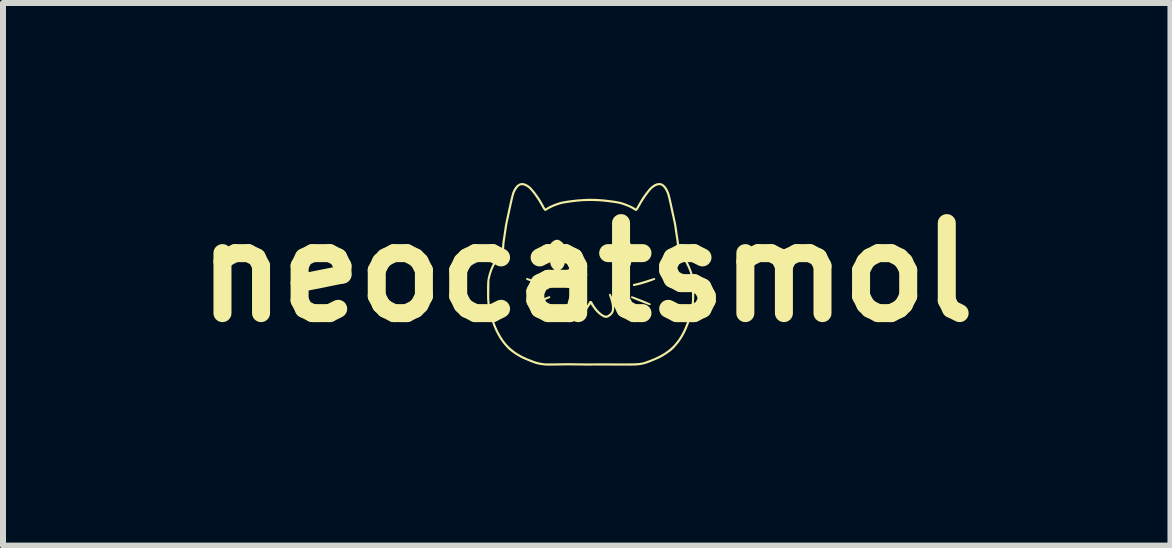
<source format=kicad_pcb>
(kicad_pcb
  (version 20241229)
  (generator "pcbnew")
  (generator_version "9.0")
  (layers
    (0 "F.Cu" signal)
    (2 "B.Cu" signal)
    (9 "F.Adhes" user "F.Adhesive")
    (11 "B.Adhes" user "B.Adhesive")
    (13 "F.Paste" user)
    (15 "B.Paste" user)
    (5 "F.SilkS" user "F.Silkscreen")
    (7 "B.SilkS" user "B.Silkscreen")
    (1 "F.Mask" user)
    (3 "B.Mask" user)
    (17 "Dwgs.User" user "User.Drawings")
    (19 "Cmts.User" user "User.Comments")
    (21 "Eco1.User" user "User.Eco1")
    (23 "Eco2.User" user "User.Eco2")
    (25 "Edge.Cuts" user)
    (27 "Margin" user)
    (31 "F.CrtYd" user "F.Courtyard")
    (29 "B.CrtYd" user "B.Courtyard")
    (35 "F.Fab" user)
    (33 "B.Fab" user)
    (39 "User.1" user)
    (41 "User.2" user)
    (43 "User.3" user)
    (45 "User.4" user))
  (footprint "neocatsmol"
    (layer "F.Cu")
    (at 6.729 1.49)
    (property "Reference" "neocatsmol" (at 0 0 0) (layer "F.SilkS") (effects (font (size 1.5 1.5) (thickness 0.3))))
    (attr board_only exclude_from_pos_files exclude_from_bom)
    (fp_poly (pts (xy -0.618 0.396) (xy -0.611 0.403) (xy -0.608 0.414) (xy -0.611 0.423) (xy -0.612 0.424) (xy -0.618 0.427) (xy -0.631 0.433) (xy -0.651 0.442) (xy -0.675 0.452) (xy -0.703 0.463) (xy -0.734 0.476) (xy -0.766 0.488) (xy -0.798 0.501) (xy -0.829 0.513) (xy -0.857 0.524) (xy -0.882 0.533) (xy -0.901 0.54) (xy -0.915 0.545) (xy -0.921 0.546) (xy -0.931 0.543) (xy -0.935 0.538) (xy -0.937 0.527) (xy -0.934 0.522) (xy -0.928 0.518) (xy -0.915 0.512) (xy -0.896 0.503) (xy -0.872 0.493) (xy -0.844 0.481) (xy -0.813 0.469) (xy -0.781 0.456) (xy -0.749 0.443) (xy -0.718 0.431) (xy -0.689 0.42) (xy -0.664 0.411) (xy -0.643 0.403) (xy -0.627 0.398) (xy -0.619 0.396)) (stroke (width 0) (type solid)) (fill yes) (layer "F.SilkS"))
    (fp_poly (pts (xy 0.754 0.397) (xy 0.767 0.402) (xy 0.787 0.408) (xy 0.811 0.417) (xy 0.839 0.428) (xy 0.87 0.44) (xy 0.902 0.452) (xy 0.934 0.465) (xy 0.965 0.478) (xy 0.994 0.49) (xy 1.019 0.5) (xy 1.04 0.51) (xy 1.055 0.517) (xy 1.063 0.521) (xy 1.064 0.522) (xy 1.066 0.532) (xy 1.062 0.541) (xy 1.053 0.546) (xy 1.05 0.546) (xy 1.043 0.544) (xy 1.029 0.54) (xy 1.008 0.532) (xy 0.982 0.523) (xy 0.952 0.511) (xy 0.919 0.498) (xy 0.894 0.488) (xy 0.859 0.474) (xy 0.827 0.461) (xy 0.798 0.449) (xy 0.774 0.439) (xy 0.756 0.431) (xy 0.745 0.426) (xy 0.741 0.424) (xy 0.738 0.415) (xy 0.74 0.404) (xy 0.747 0.397) (xy 0.748 0.396)) (stroke (width 0) (type solid)) (fill yes) (layer "F.SilkS"))
    (fp_poly (pts (xy 1.135 0.096) (xy 1.139 0.102) (xy 1.142 0.111) (xy 1.137 0.119) (xy 1.136 0.12) (xy 1.129 0.124) (xy 1.115 0.13) (xy 1.095 0.138) (xy 1.07 0.147) (xy 1.041 0.157) (xy 1.021 0.164) (xy 0.973 0.179) (xy 0.929 0.193) (xy 0.888 0.204) (xy 0.852 0.213) (xy 0.822 0.22) (xy 0.798 0.225) (xy 0.782 0.226) (xy 0.773 0.225) (xy 0.772 0.224) (xy 0.769 0.216) (xy 0.77 0.204) (xy 0.774 0.196) (xy 0.774 0.196) (xy 0.781 0.193) (xy 0.795 0.189) (xy 0.813 0.185) (xy 0.824 0.183) (xy 0.84 0.179) (xy 0.864 0.173) (xy 0.892 0.165) (xy 0.925 0.155) (xy 0.96 0.145) (xy 0.995 0.134) (xy 0.995 0.134) (xy 1.028 0.123) (xy 1.058 0.114) (xy 1.084 0.105) (xy 1.106 0.099) (xy 1.12 0.095) (xy 1.128 0.093) (xy 1.128 0.093)) (stroke (width 0) (type solid)) (fill yes) (layer "F.SilkS"))
    (fp_poly (pts (xy -0.993 0.094) (xy -0.98 0.098) (xy -0.96 0.104) (xy -0.935 0.112) (xy -0.905 0.121) (xy -0.873 0.131) (xy -0.866 0.134) (xy -0.831 0.145) (xy -0.796 0.155) (xy -0.763 0.165) (xy -0.734 0.173) (xy -0.711 0.179) (xy -0.695 0.183) (xy -0.694 0.183) (xy -0.675 0.187) (xy -0.658 0.191) (xy -0.647 0.194) (xy -0.644 0.196) (xy -0.64 0.204) (xy -0.64 0.213) (xy -0.645 0.222) (xy -0.656 0.226) (xy -0.674 0.224) (xy -0.682 0.222) (xy -0.697 0.219) (xy -0.716 0.215) (xy -0.727 0.212) (xy -0.745 0.208) (xy -0.769 0.201) (xy -0.797 0.193) (xy -0.828 0.184) (xy -0.86 0.174) (xy -0.892 0.163) (xy -0.922 0.153) (xy -0.95 0.143) (xy -0.973 0.135) (xy -0.992 0.128) (xy -1.003 0.122) (xy -1.006 0.12) (xy -1.012 0.113) (xy -1.011 0.104) (xy -1.01 0.102) (xy -1.003 0.095) (xy -0.999 0.093)) (stroke (width 0) (type solid)) (fill yes) (layer "F.SilkS"))
    (fp_poly (pts (xy -0.481 -0.544) (xy -0.47 -0.541) (xy -0.459 -0.536) (xy -0.444 -0.527) (xy -0.435 -0.521) (xy -0.41 -0.501) (xy -0.389 -0.48) (xy -0.37 -0.454) (xy -0.353 -0.421) (xy -0.344 -0.403) (xy -0.339 -0.389) (xy -0.337 -0.375) (xy -0.336 -0.358) (xy -0.337 -0.351) (xy -0.338 -0.316) (xy -0.342 -0.278) (xy -0.348 -0.239) (xy -0.355 -0.201) (xy -0.363 -0.165) (xy -0.371 -0.135) (xy -0.38 -0.112) (xy -0.382 -0.106) (xy -0.398 -0.081) (xy -0.419 -0.059) (xy -0.441 -0.042) (xy -0.451 -0.037) (xy -0.473 -0.03) (xy -0.496 -0.028) (xy -0.518 -0.031) (xy -0.53 -0.036) (xy -0.546 -0.048) (xy -0.563 -0.066) (xy -0.579 -0.085) (xy -0.592 -0.103) (xy -0.597 -0.113) (xy -0.602 -0.127) (xy -0.607 -0.147) (xy -0.61 -0.168) (xy -0.611 -0.172) (xy -0.613 -0.192) (xy -0.617 -0.21) (xy -0.62 -0.223) (xy -0.621 -0.225) (xy -0.623 -0.236) (xy -0.624 -0.254) (xy -0.623 -0.278) (xy -0.622 -0.304) (xy -0.621 -0.332) (xy -0.618 -0.36) (xy -0.615 -0.384) (xy -0.613 -0.393) (xy -0.61 -0.413) (xy -0.607 -0.433) (xy -0.607 -0.447) (xy -0.604 -0.469) (xy -0.596 -0.488) (xy -0.581 -0.505) (xy -0.558 -0.521) (xy -0.555 -0.523) (xy -0.537 -0.534) (xy -0.523 -0.54) (xy -0.511 -0.543) (xy -0.497 -0.544) (xy -0.495 -0.544)) (stroke (width 0) (type solid)) (fill yes) (layer "F.SilkS"))
    (fp_poly (pts (xy 0.639 -0.543) (xy 0.651 -0.541) (xy 0.664 -0.535) (xy 0.681 -0.525) (xy 0.684 -0.523) (xy 0.708 -0.507) (xy 0.724 -0.49) (xy 0.733 -0.472) (xy 0.736 -0.45) (xy 0.736 -0.447) (xy 0.737 -0.432) (xy 0.739 -0.412) (xy 0.743 -0.393) (xy 0.746 -0.37) (xy 0.749 -0.344) (xy 0.751 -0.316) (xy 0.753 -0.288) (xy 0.753 -0.263) (xy 0.753 -0.242) (xy 0.751 -0.228) (xy 0.75 -0.225) (xy 0.747 -0.213) (xy 0.744 -0.196) (xy 0.741 -0.177) (xy 0.74 -0.172) (xy 0.737 -0.151) (xy 0.733 -0.13) (xy 0.728 -0.115) (xy 0.727 -0.113) (xy 0.718 -0.098) (xy 0.705 -0.08) (xy 0.689 -0.062) (xy 0.673 -0.047) (xy 0.659 -0.036) (xy 0.657 -0.034) (xy 0.639 -0.029) (xy 0.617 -0.028) (xy 0.594 -0.032) (xy 0.58 -0.037) (xy 0.558 -0.051) (xy 0.536 -0.072) (xy 0.518 -0.096) (xy 0.512 -0.106) (xy 0.503 -0.128) (xy 0.495 -0.156) (xy 0.487 -0.19) (xy 0.479 -0.227) (xy 0.473 -0.266) (xy 0.469 -0.305) (xy 0.467 -0.341) (xy 0.466 -0.351) (xy 0.466 -0.37) (xy 0.468 -0.384) (xy 0.472 -0.398) (xy 0.479 -0.414) (xy 0.482 -0.421) (xy 0.5 -0.454) (xy 0.518 -0.48) (xy 0.54 -0.502) (xy 0.565 -0.521) (xy 0.582 -0.533) (xy 0.595 -0.539) (xy 0.605 -0.543) (xy 0.617 -0.544) (xy 0.624 -0.544)) (stroke (width 0) (type solid)) (fill yes) (layer "F.SilkS"))
    (fp_poly (pts (xy -0.25 0.357) (xy -0.244 0.361) (xy -0.242 0.367) (xy -0.242 0.376) (xy -0.246 0.391) (xy -0.253 0.412) (xy -0.254 0.417) (xy -0.273 0.476) (xy -0.285 0.529) (xy -0.291 0.575) (xy -0.29 0.614) (xy -0.287 0.635) (xy -0.282 0.65) (xy -0.276 0.662) (xy -0.265 0.675) (xy -0.254 0.686) (xy -0.231 0.706) (xy -0.211 0.717) (xy -0.19 0.721) (xy -0.169 0.717) (xy -0.144 0.705) (xy -0.134 0.698) (xy -0.102 0.675) (xy -0.07 0.645) (xy -0.038 0.61) (xy -0.009 0.573) (xy 0.016 0.535) (xy 0.03 0.51) (xy 0.038 0.494) (xy 0.044 0.484) (xy 0.05 0.479) (xy 0.057 0.477) (xy 0.065 0.477) (xy 0.074 0.477) (xy 0.081 0.479) (xy 0.086 0.485) (xy 0.092 0.496) (xy 0.1 0.51) (xy 0.121 0.547) (xy 0.148 0.585) (xy 0.178 0.622) (xy 0.21 0.655) (xy 0.243 0.684) (xy 0.263 0.698) (xy 0.29 0.713) (xy 0.312 0.72) (xy 0.333 0.72) (xy 0.353 0.711) (xy 0.375 0.694) (xy 0.384 0.686) (xy 0.399 0.671) (xy 0.408 0.658) (xy 0.414 0.645) (xy 0.417 0.635) (xy 0.421 0.6) (xy 0.419 0.558) (xy 0.411 0.509) (xy 0.396 0.454) (xy 0.384 0.417) (xy 0.376 0.394) (xy 0.372 0.379) (xy 0.371 0.368) (xy 0.373 0.362) (xy 0.378 0.357) (xy 0.38 0.357) (xy 0.388 0.355) (xy 0.396 0.36) (xy 0.404 0.371) (xy 0.413 0.391) (xy 0.421 0.413) (xy 0.438 0.47) (xy 0.45 0.521) (xy 0.456 0.565) (xy 0.457 0.604) (xy 0.453 0.637) (xy 0.443 0.667) (xy 0.427 0.693) (xy 0.406 0.716) (xy 0.405 0.717) (xy 0.379 0.737) (xy 0.354 0.75) (xy 0.33 0.757) (xy 0.314 0.758) (xy 0.287 0.751) (xy 0.257 0.736) (xy 0.225 0.715) (xy 0.192 0.688) (xy 0.16 0.657) (xy 0.146 0.64) (xy 0.131 0.623) (xy 0.116 0.602) (xy 0.1 0.58) (xy 0.085 0.56) (xy 0.074 0.542) (xy 0.067 0.531) (xy 0.064 0.528) (xy 0.062 0.531) (xy 0.055 0.543) (xy 0.044 0.561) (xy 0.029 0.581) (xy 0.013 0.603) (xy -0.002 0.624) (xy -0.016 0.64) (xy -0.047 0.673) (xy -0.079 0.702) (xy -0.111 0.726) (xy -0.142 0.744) (xy -0.171 0.755) (xy -0.186 0.758) (xy -0.202 0.758) (xy -0.219 0.753) (xy -0.23 0.748) (xy -0.248 0.737) (xy -0.266 0.724) (xy -0.275 0.717) (xy -0.297 0.694) (xy -0.313 0.669) (xy -0.323 0.639) (xy -0.328 0.606) (xy -0.327 0.567) (xy -0.321 0.523) (xy -0.309 0.473) (xy -0.292 0.416) (xy -0.291 0.413) (xy -0.281 0.386) (xy -0.273 0.368) (xy -0.265 0.358) (xy -0.257 0.355)) (stroke (width 0) (type solid)) (fill yes) (layer "F.SilkS"))
    (fp_poly (pts (xy 1.238 -1.486) (xy 1.245 -1.484) (xy 1.272 -1.471) (xy 1.298 -1.449) (xy 1.323 -1.42) (xy 1.345 -1.384) (xy 1.365 -1.342) (xy 1.368 -1.336) (xy 1.371 -1.327) (xy 1.375 -1.316) (xy 1.379 -1.302) (xy 1.384 -1.285) (xy 1.389 -1.264) (xy 1.395 -1.24) (xy 1.402 -1.21) (xy 1.41 -1.175) (xy 1.419 -1.134) (xy 1.429 -1.087) (xy 1.441 -1.033) (xy 1.454 -0.971) (xy 1.469 -0.901) (xy 1.482 -0.841) (xy 1.488 -0.811) (xy 1.494 -0.776) (xy 1.5 -0.74) (xy 1.504 -0.708) (xy 1.505 -0.707) (xy 1.509 -0.675) (xy 1.514 -0.638) (xy 1.52 -0.6) (xy 1.525 -0.567) (xy 1.526 -0.565) (xy 1.53 -0.534) (xy 1.535 -0.501) (xy 1.538 -0.469) (xy 1.54 -0.442) (xy 1.54 -0.438) (xy 1.543 -0.382) (xy 1.57 -0.354) (xy 1.59 -0.331) (xy 1.609 -0.304) (xy 1.63 -0.273) (xy 1.651 -0.236) (xy 1.673 -0.193) (xy 1.697 -0.142) (xy 1.717 -0.098) (xy 1.743 -0.033) (xy 1.765 0.032) (xy 1.78 0.095) (xy 1.787 0.139) (xy 1.788 0.153) (xy 1.789 0.176) (xy 1.79 0.204) (xy 1.791 0.237) (xy 1.792 0.274) (xy 1.792 0.312) (xy 1.792 0.327) (xy 1.791 0.385) (xy 1.79 0.437) (xy 1.788 0.482) (xy 1.784 0.525) (xy 1.779 0.565) (xy 1.771 0.605) (xy 1.762 0.647) (xy 1.75 0.693) (xy 1.735 0.744) (xy 1.73 0.763) (xy 1.697 0.861) (xy 1.661 0.951) (xy 1.62 1.034) (xy 1.575 1.11) (xy 1.525 1.18) (xy 1.469 1.245) (xy 1.456 1.259) (xy 1.436 1.279) (xy 1.417 1.297) (xy 1.396 1.314) (xy 1.372 1.331) (xy 1.343 1.352) (xy 1.333 1.358) (xy 1.301 1.379) (xy 1.272 1.397) (xy 1.243 1.414) (xy 1.213 1.429) (xy 1.181 1.444) (xy 1.144 1.46) (xy 1.101 1.478) (xy 1.083 1.485) (xy 1.044 1.501) (xy 1.012 1.513) (xy 0.985 1.522) (xy 0.96 1.529) (xy 0.937 1.535) (xy 0.913 1.54) (xy 0.887 1.544) (xy 0.882 1.545) (xy 0.87 1.546) (xy 0.858 1.548) (xy 0.845 1.549) (xy 0.83 1.55) (xy 0.814 1.551) (xy 0.794 1.552) (xy 0.771 1.552) (xy 0.744 1.553) (xy 0.712 1.553) (xy 0.674 1.553) (xy 0.63 1.553) (xy 0.58 1.553) (xy 0.521 1.553) (xy 0.455 1.553) (xy 0.405 1.553) (xy 0.356 1.552) (xy 0.303 1.552) (xy 0.249 1.552) (xy 0.196 1.552) (xy 0.146 1.552) (xy 0.101 1.552) (xy 0.067 1.553) (xy 0.024 1.553) (xy -0.023 1.553) (xy -0.072 1.552) (xy -0.118 1.552) (xy -0.161 1.551) (xy -0.192 1.551) (xy -0.225 1.55) (xy -0.266 1.55) (xy -0.311 1.55) (xy -0.359 1.55) (xy -0.408 1.551) (xy -0.456 1.551) (xy -0.484 1.552) (xy -0.524 1.552) (xy -0.562 1.553) (xy -0.597 1.553) (xy -0.628 1.553) (xy -0.652 1.553) (xy -0.67 1.553) (xy -0.68 1.553) (xy -0.681 1.553) (xy -0.714 1.549) (xy -0.748 1.545) (xy -0.78 1.54) (xy -0.809 1.534) (xy -0.833 1.529) (xy -0.84 1.527) (xy -0.859 1.521) (xy -0.884 1.512) (xy -0.914 1.501) (xy -0.947 1.488) (xy -0.981 1.474) (xy -1.015 1.46) (xy -1.046 1.447) (xy -1.072 1.435) (xy -1.081 1.431) (xy -1.1 1.421) (xy -1.125 1.407) (xy -1.152 1.391) (xy -1.181 1.373) (xy -1.204 1.358) (xy -1.235 1.337) (xy -1.26 1.318) (xy -1.282 1.301) (xy -1.301 1.284) (xy -1.321 1.265) (xy -1.327 1.259) (xy -1.384 1.195) (xy -1.435 1.125) (xy -1.481 1.05) (xy -1.523 0.969) (xy -1.56 0.88) (xy -1.593 0.784) (xy -1.6 0.763) (xy -1.616 0.709) (xy -1.628 0.662) (xy -1.639 0.619) (xy -1.647 0.578) (xy -1.653 0.538) (xy -1.657 0.497) (xy -1.66 0.452) (xy -1.661 0.415) (xy -1.625 0.415) (xy -1.624 0.441) (xy -1.624 0.462) (xy -1.623 0.481) (xy -1.621 0.498) (xy -1.62 0.514) (xy -1.617 0.53) (xy -1.616 0.539) (xy -1.603 0.611) (xy -1.584 0.688) (xy -1.562 0.766) (xy -1.536 0.843) (xy -1.507 0.916) (xy -1.476 0.983) (xy -1.472 0.99) (xy -1.429 1.068) (xy -1.383 1.137) (xy -1.333 1.199) (xy -1.278 1.255) (xy -1.218 1.304) (xy -1.181 1.331) (xy -1.141 1.356) (xy -1.103 1.378) (xy -1.064 1.399) (xy -1.022 1.418) (xy -0.974 1.439) (xy -0.968 1.441) (xy -0.922 1.459) (xy -0.884 1.474) (xy -0.849 1.486) (xy -0.818 1.495) (xy -0.787 1.502) (xy -0.755 1.508) (xy -0.72 1.513) (xy -0.692 1.516) (xy -0.684 1.516) (xy -0.667 1.516) (xy -0.643 1.516) (xy -0.613 1.516) (xy -0.578 1.516) (xy -0.54 1.516) (xy -0.498 1.515) (xy -0.477 1.515) (xy -0.431 1.514) (xy -0.384 1.514) (xy -0.338 1.513) (xy -0.294 1.513) (xy -0.254 1.513) (xy -0.22 1.514) (xy -0.194 1.514) (xy -0.19 1.514) (xy -0.163 1.515) (xy -0.128 1.515) (xy -0.088 1.515) (xy -0.045 1.516) (xy -0.000384 1.516) (xy 0.044 1.516) (xy 0.067 1.516) (xy 0.115 1.516) (xy 0.169 1.515) (xy 0.225 1.515) (xy 0.282 1.515) (xy 0.335 1.515) (xy 0.383 1.516) (xy 0.391 1.516) (xy 0.47 1.516) (xy 0.54 1.516) (xy 0.602 1.516) (xy 0.657 1.516) (xy 0.705 1.516) (xy 0.747 1.515) (xy 0.783 1.515) (xy 0.815 1.514) (xy 0.842 1.512) (xy 0.865 1.511) (xy 0.886 1.509) (xy 0.903 1.506) (xy 0.92 1.503) (xy 0.934 1.5) (xy 0.949 1.496) (xy 0.963 1.492) (xy 0.978 1.487) (xy 0.987 1.483) (xy 1.063 1.455) (xy 1.132 1.427) (xy 1.193 1.398) (xy 1.25 1.368) (xy 1.304 1.335) (xy 1.31 1.331) (xy 1.373 1.285) (xy 1.431 1.233) (xy 1.483 1.175) (xy 1.532 1.11) (xy 1.577 1.037) (xy 1.602 0.99) (xy 1.633 0.924) (xy 1.662 0.852) (xy 1.689 0.775) (xy 1.712 0.697) (xy 1.731 0.62) (xy 1.745 0.547) (xy 1.746 0.539) (xy 1.748 0.521) (xy 1.75 0.505) (xy 1.752 0.489) (xy 1.753 0.471) (xy 1.754 0.451) (xy 1.754 0.427) (xy 1.754 0.398) (xy 1.754 0.363) (xy 1.754 0.321) (xy 1.754 0.299) (xy 1.752 0.123) (xy 1.735 0.057) (xy 1.728 0.03) (xy 1.72 0.005) (xy 1.711 -0.02) (xy 1.701 -0.046) (xy 1.689 -0.075) (xy 1.673 -0.108) (xy 1.654 -0.148) (xy 1.644 -0.169) (xy 1.621 -0.213) (xy 1.6 -0.252) (xy 1.58 -0.284) (xy 1.561 -0.31) (xy 1.545 -0.329) (xy 1.532 -0.34) (xy 1.523 -0.343) (xy 1.519 -0.343) (xy 1.515 -0.346) (xy 1.513 -0.352) (xy 1.511 -0.362) (xy 1.509 -0.378) (xy 1.507 -0.4) (xy 1.505 -0.431) (xy 1.503 -0.459) (xy 1.499 -0.493) (xy 1.495 -0.529) (xy 1.49 -0.565) (xy 1.487 -0.583) (xy 1.481 -0.617) (xy 1.476 -0.654) (xy 1.47 -0.69) (xy 1.465 -0.723) (xy 1.463 -0.738) (xy 1.459 -0.768) (xy 1.454 -0.8) (xy 1.448 -0.831) (xy 1.443 -0.856) (xy 1.442 -0.859) (xy 1.437 -0.879) (xy 1.432 -0.905) (xy 1.425 -0.937) (xy 1.417 -0.971) (xy 1.41 -1.005) (xy 1.407 -1.019) (xy 1.394 -1.079) (xy 1.383 -1.131) (xy 1.373 -1.175) (xy 1.365 -1.212) (xy 1.357 -1.244) (xy 1.35 -1.271) (xy 1.344 -1.293) (xy 1.338 -1.312) (xy 1.332 -1.328) (xy 1.326 -1.342) (xy 1.322 -1.35) (xy 1.306 -1.379) (xy 1.289 -1.405) (xy 1.27 -1.426) (xy 1.253 -1.441) (xy 1.242 -1.448) (xy 1.216 -1.454) (xy 1.186 -1.452) (xy 1.156 -1.441) (xy 1.124 -1.423) (xy 1.091 -1.398) (xy 1.064 -1.37) (xy 1.041 -1.343) (xy 1.015 -1.309) (xy 0.987 -1.271) (xy 0.96 -1.23) (xy 0.933 -1.19) (xy 0.91 -1.151) (xy 0.893 -1.121) (xy 0.874 -1.087) (xy 0.858 -1.061) (xy 0.845 -1.042) (xy 0.834 -1.03) (xy 0.825 -1.024) (xy 0.82 -1.023) (xy 0.813 -1.026) (xy 0.801 -1.032) (xy 0.786 -1.042) (xy 0.782 -1.044) (xy 0.749 -1.064) (xy 0.71 -1.084) (xy 0.665 -1.103) (xy 0.619 -1.12) (xy 0.573 -1.135) (xy 0.549 -1.141) (xy 0.529 -1.146) (xy 0.501 -1.151) (xy 0.468 -1.156) (xy 0.43 -1.162) (xy 0.389 -1.167) (xy 0.348 -1.172) (xy 0.307 -1.177) (xy 0.269 -1.181) (xy 0.234 -1.184) (xy 0.225 -1.185) (xy 0.183 -1.187) (xy 0.136 -1.189) (xy 0.085 -1.19) (xy 0.032 -1.19) (xy -0.018 -1.189) (xy -0.065 -1.187) (xy -0.095 -1.185) (xy -0.128 -1.182) (xy -0.165 -1.179) (xy -0.205 -1.174) (xy -0.247 -1.169) (xy -0.287 -1.163) (xy -0.326 -1.158) (xy -0.361 -1.152) (xy -0.391 -1.147) (xy -0.414 -1.143) (xy -0.419 -1.141) (xy -0.465 -1.128) (xy -0.511 -1.112) (xy -0.557 -1.094) (xy -0.599 -1.074) (xy -0.636 -1.055) (xy -0.652 -1.044) (xy -0.667 -1.035) (xy -0.681 -1.027) (xy -0.69 -1.023) (xy -0.691 -1.023) (xy -0.699 -1.026) (xy -0.709 -1.034) (xy -0.721 -1.049) (xy -0.735 -1.071) (xy -0.752 -1.101) (xy -0.763 -1.121) (xy -0.784 -1.157) (xy -0.808 -1.197) (xy -0.835 -1.237) (xy -0.862 -1.277) (xy -0.89 -1.315) (xy -0.916 -1.348) (xy -0.935 -1.37) (xy -0.966 -1.402) (xy -0.999 -1.426) (xy -1.03 -1.443) (xy -1.061 -1.452) (xy -1.09 -1.453) (xy -1.113 -1.448) (xy -1.129 -1.437) (xy -1.147 -1.42) (xy -1.165 -1.396) (xy -1.182 -1.369) (xy -1.193 -1.35) (xy -1.199 -1.336) (xy -1.205 -1.322) (xy -1.21 -1.305) (xy -1.217 -1.285) (xy -1.223 -1.261) (xy -1.23 -1.232) (xy -1.238 -1.198) (xy -1.247 -1.158) (xy -1.258 -1.111) (xy -1.27 -1.056) (xy -1.277 -1.019) (xy -1.285 -0.984) (xy -1.292 -0.95) (xy -1.299 -0.917) (xy -1.306 -0.888) (xy -1.311 -0.866) (xy -1.312 -0.859) (xy -1.318 -0.835) (xy -1.323 -0.805) (xy -1.329 -0.773) (xy -1.333 -0.742) (xy -1.334 -0.738) (xy -1.338 -0.709) (xy -1.343 -0.675) (xy -1.349 -0.637) (xy -1.354 -0.602) (xy -1.357 -0.583) (xy -1.362 -0.55) (xy -1.367 -0.514) (xy -1.371 -0.478) (xy -1.374 -0.446) (xy -1.375 -0.431) (xy -1.377 -0.4) (xy -1.379 -0.377) (xy -1.381 -0.362) (xy -1.383 -0.351) (xy -1.386 -0.346) (xy -1.389 -0.343) (xy -1.393 -0.343) (xy -1.405 -0.338) (xy -1.419 -0.326) (xy -1.435 -0.306) (xy -1.454 -0.279) (xy -1.474 -0.245) (xy -1.496 -0.206) (xy -1.514 -0.169) (xy -1.535 -0.126) (xy -1.552 -0.09) (xy -1.566 -0.06) (xy -1.577 -0.032) (xy -1.586 -0.007) (xy -1.594 0.018) (xy -1.602 0.044) (xy -1.605 0.057) (xy -1.622 0.123) (xy -1.624 0.299) (xy -1.624 0.345) (xy -1.625 0.383) (xy -1.625 0.415) (xy -1.661 0.415) (xy -1.662 0.403) (xy -1.662 0.347) (xy -1.662 0.327) (xy -1.662 0.288) (xy -1.662 0.251) (xy -1.661 0.217) (xy -1.66 0.186) (xy -1.659 0.161) (xy -1.658 0.143) (xy -1.657 0.139) (xy -1.647 0.079) (xy -1.63 0.016) (xy -1.608 -0.05) (xy -1.587 -0.098) (xy -1.561 -0.155) (xy -1.538 -0.204) (xy -1.516 -0.246) (xy -1.495 -0.281) (xy -1.475 -0.311) (xy -1.455 -0.337) (xy -1.44 -0.354) (xy -1.413 -0.382) (xy -1.411 -0.438) (xy -1.409 -0.463) (xy -1.406 -0.495) (xy -1.402 -0.528) (xy -1.397 -0.559) (xy -1.396 -0.565) (xy -1.391 -0.598) (xy -1.385 -0.635) (xy -1.38 -0.672) (xy -1.375 -0.704) (xy -1.375 -0.707) (xy -1.37 -0.739) (xy -1.365 -0.774) (xy -1.359 -0.809) (xy -1.353 -0.84) (xy -1.352 -0.841) (xy -1.336 -0.918) (xy -1.321 -0.987) (xy -1.308 -1.048) (xy -1.296 -1.101) (xy -1.286 -1.148) (xy -1.277 -1.189) (xy -1.269 -1.224) (xy -1.262 -1.254) (xy -1.255 -1.279) (xy -1.249 -1.301) (xy -1.244 -1.32) (xy -1.238 -1.335) (xy -1.233 -1.349) (xy -1.228 -1.361) (xy -1.222 -1.372) (xy -1.216 -1.383) (xy -1.21 -1.394) (xy -1.207 -1.4) (xy -1.181 -1.436) (xy -1.154 -1.462) (xy -1.124 -1.48) (xy -1.093 -1.489) (xy -1.059 -1.489) (xy -1.024 -1.479) (xy -0.987 -1.461) (xy -0.96 -1.443) (xy -0.936 -1.423) (xy -0.91 -1.395) (xy -0.881 -1.362) (xy -0.851 -1.323) (xy -0.82 -1.28) (xy -0.789 -1.235) (xy -0.759 -1.188) (xy -0.732 -1.14) (xy -0.713 -1.105) (xy -0.704 -1.088) (xy -0.696 -1.075) (xy -0.691 -1.066) (xy -0.689 -1.065) (xy -0.683 -1.067) (xy -0.673 -1.073) (xy -0.668 -1.077) (xy -0.645 -1.091) (xy -0.614 -1.107) (xy -0.579 -1.123) (xy -0.541 -1.139) (xy -0.503 -1.153) (xy -0.467 -1.165) (xy -0.449 -1.171) (xy -0.412 -1.18) (xy -0.366 -1.188) (xy -0.315 -1.197) (xy -0.259 -1.204) (xy -0.2 -1.211) (xy -0.14 -1.217) (xy -0.079 -1.221) (xy -0.021 -1.225) (xy 0.035 -1.227) (xy 0.065 -1.227) (xy 0.118 -1.226) (xy 0.175 -1.224) (xy 0.234 -1.22) (xy 0.295 -1.215) (xy 0.355 -1.208) (xy 0.413 -1.201) (xy 0.467 -1.193) (xy 0.516 -1.185) (xy 0.558 -1.176) (xy 0.579 -1.171) (xy 0.613 -1.16) (xy 0.651 -1.147) (xy 0.689 -1.131) (xy 0.726 -1.115) (xy 0.759 -1.099) (xy 0.786 -1.084) (xy 0.798 -1.077) (xy 0.809 -1.07) (xy 0.817 -1.065) (xy 0.819 -1.065) (xy 0.822 -1.069) (xy 0.828 -1.079) (xy 0.837 -1.094) (xy 0.843 -1.105) (xy 0.878 -1.168) (xy 0.917 -1.233) (xy 0.96 -1.295) (xy 1.004 -1.353) (xy 1.03 -1.386) (xy 1.065 -1.422) (xy 1.101 -1.451) (xy 1.136 -1.472) (xy 1.171 -1.485) (xy 1.205 -1.49)) (stroke (width 0) (type solid)) (fill yes) (layer "F.SilkS")))
  (gr_rect
    (start -3 -3)
    (end 16.457 6.043)
    (stroke (width 0.1) (type default))
    (fill no)
    (layer "Edge.Cuts")))
</source>
